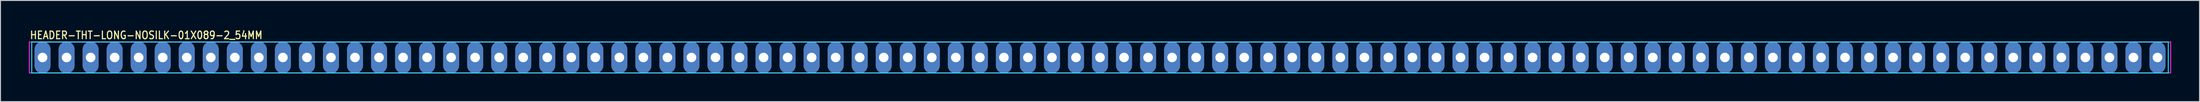
<source format=kicad_pcb>
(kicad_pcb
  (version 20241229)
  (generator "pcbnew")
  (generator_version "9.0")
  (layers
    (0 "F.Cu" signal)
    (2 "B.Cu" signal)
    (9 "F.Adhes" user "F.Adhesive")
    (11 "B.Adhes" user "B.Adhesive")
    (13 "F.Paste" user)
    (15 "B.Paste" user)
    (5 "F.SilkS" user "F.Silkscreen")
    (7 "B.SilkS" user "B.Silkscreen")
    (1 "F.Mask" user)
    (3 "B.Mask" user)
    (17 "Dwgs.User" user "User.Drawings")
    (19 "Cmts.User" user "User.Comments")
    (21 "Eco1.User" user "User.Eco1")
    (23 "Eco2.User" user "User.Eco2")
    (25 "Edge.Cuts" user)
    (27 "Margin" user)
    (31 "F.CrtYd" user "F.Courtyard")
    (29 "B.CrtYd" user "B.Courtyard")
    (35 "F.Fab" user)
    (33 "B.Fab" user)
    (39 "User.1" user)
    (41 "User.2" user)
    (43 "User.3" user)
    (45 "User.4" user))
  (footprint "HEADER-THT-LONG-NOSILK-01X089-2_54MM"
    (layer "F.Cu")
    (at 1.447 3.079)
    (property "Reference" "HEADER-THT-LONG-NOSILK-01X089-2_54MM" (at -1.4 -1.9 0) (unlocked yes) (layer "F.SilkS") (effects (font (size 0.813 0.695) (thickness 0.122)) (justify left bottom)))
    (fp_poly (pts (xy -1.143 -1.651) (xy 224.663 -1.651) (xy 224.663 1.651) (xy -1.143 1.651)) (stroke (width 0.1) (type solid)) (fill no) (layer "B.CrtYd"))
    (fp_poly (pts (xy -1.397 -1.651) (xy 224.917 -1.651) (xy 224.917 1.651) (xy -1.397 1.651)) (stroke (width 0.1) (type solid)) (fill no) (layer "F.CrtYd"))
    (pad "1" thru_hole oval (at 0 0 90) (size 3.387 1.693) (drill 1.016) (layers "*.Cu" "*.Mask"))
    (pad "2" thru_hole oval (at 2.54 0 90) (size 3.387 1.693) (drill 1.016) (layers "*.Cu" "*.Mask"))
    (pad "3" thru_hole oval (at 5.08 0 90) (size 3.387 1.693) (drill 1.016) (layers "*.Cu" "*.Mask"))
    (pad "4" thru_hole oval (at 7.62 0 90) (size 3.387 1.693) (drill 1.016) (layers "*.Cu" "*.Mask"))
    (pad "5" thru_hole oval (at 10.16 0 90) (size 3.387 1.693) (drill 1.016) (layers "*.Cu" "*.Mask"))
    (pad "6" thru_hole oval (at 12.7 0 90) (size 3.387 1.693) (drill 1.016) (layers "*.Cu" "*.Mask"))
    (pad "7" thru_hole oval (at 15.24 0 90) (size 3.387 1.693) (drill 1.016) (layers "*.Cu" "*.Mask"))
    (pad "8" thru_hole oval (at 17.78 0 90) (size 3.387 1.693) (drill 1.016) (layers "*.Cu" "*.Mask"))
    (pad "9" thru_hole oval (at 20.32 0 90) (size 3.387 1.693) (drill 1.016) (layers "*.Cu" "*.Mask"))
    (pad "10" thru_hole oval (at 22.86 0 90) (size 3.387 1.693) (drill 1.016) (layers "*.Cu" "*.Mask"))
    (pad "11" thru_hole oval (at 25.4 0 90) (size 3.387 1.693) (drill 1.016) (layers "*.Cu" "*.Mask"))
    (pad "12" thru_hole oval (at 27.94 0 90) (size 3.387 1.693) (drill 1.016) (layers "*.Cu" "*.Mask"))
    (pad "13" thru_hole oval (at 30.48 0 90) (size 3.387 1.693) (drill 1.016) (layers "*.Cu" "*.Mask"))
    (pad "14" thru_hole oval (at 33.02 0 90) (size 3.387 1.693) (drill 1.016) (layers "*.Cu" "*.Mask"))
    (pad "15" thru_hole oval (at 35.56 0 90) (size 3.387 1.693) (drill 1.016) (layers "*.Cu" "*.Mask"))
    (pad "16" thru_hole oval (at 38.1 0 90) (size 3.387 1.693) (drill 1.016) (layers "*.Cu" "*.Mask"))
    (pad "17" thru_hole oval (at 40.64 0 90) (size 3.387 1.693) (drill 1.016) (layers "*.Cu" "*.Mask"))
    (pad "18" thru_hole oval (at 43.18 0 90) (size 3.387 1.693) (drill 1.016) (layers "*.Cu" "*.Mask"))
    (pad "19" thru_hole oval (at 45.72 0 90) (size 3.387 1.693) (drill 1.016) (layers "*.Cu" "*.Mask"))
    (pad "20" thru_hole oval (at 48.26 0 90) (size 3.387 1.693) (drill 1.016) (layers "*.Cu" "*.Mask"))
    (pad "21" thru_hole oval (at 50.8 0 90) (size 3.387 1.693) (drill 1.016) (layers "*.Cu" "*.Mask"))
    (pad "22" thru_hole oval (at 53.34 0 90) (size 3.387 1.693) (drill 1.016) (layers "*.Cu" "*.Mask"))
    (pad "23" thru_hole oval (at 55.88 0 90) (size 3.387 1.693) (drill 1.016) (layers "*.Cu" "*.Mask"))
    (pad "24" thru_hole oval (at 58.42 0 90) (size 3.387 1.693) (drill 1.016) (layers "*.Cu" "*.Mask"))
    (pad "25" thru_hole oval (at 60.96 0 90) (size 3.387 1.693) (drill 1.016) (layers "*.Cu" "*.Mask"))
    (pad "26" thru_hole oval (at 63.5 0 90) (size 3.387 1.693) (drill 1.016) (layers "*.Cu" "*.Mask"))
    (pad "27" thru_hole oval (at 66.04 0 90) (size 3.387 1.693) (drill 1.016) (layers "*.Cu" "*.Mask"))
    (pad "28" thru_hole oval (at 68.58 0 90) (size 3.387 1.693) (drill 1.016) (layers "*.Cu" "*.Mask"))
    (pad "29" thru_hole oval (at 71.12 0 90) (size 3.387 1.693) (drill 1.016) (layers "*.Cu" "*.Mask"))
    (pad "30" thru_hole oval (at 73.66 0 90) (size 3.387 1.693) (drill 1.016) (layers "*.Cu" "*.Mask"))
    (pad "31" thru_hole oval (at 76.2 0 90) (size 3.387 1.693) (drill 1.016) (layers "*.Cu" "*.Mask"))
    (pad "32" thru_hole oval (at 78.74 0 90) (size 3.387 1.693) (drill 1.016) (layers "*.Cu" "*.Mask"))
    (pad "33" thru_hole oval (at 81.28 0 90) (size 3.387 1.693) (drill 1.016) (layers "*.Cu" "*.Mask"))
    (pad "34" thru_hole oval (at 83.82 0 90) (size 3.387 1.693) (drill 1.016) (layers "*.Cu" "*.Mask"))
    (pad "35" thru_hole oval (at 86.36 0 90) (size 3.387 1.693) (drill 1.016) (layers "*.Cu" "*.Mask"))
    (pad "36" thru_hole oval (at 88.9 0 90) (size 3.387 1.693) (drill 1.016) (layers "*.Cu" "*.Mask"))
    (pad "37" thru_hole oval (at 91.44 0 90) (size 3.387 1.693) (drill 1.016) (layers "*.Cu" "*.Mask"))
    (pad "38" thru_hole oval (at 93.98 0 90) (size 3.387 1.693) (drill 1.016) (layers "*.Cu" "*.Mask"))
    (pad "39" thru_hole oval (at 96.52 0 90) (size 3.387 1.693) (drill 1.016) (layers "*.Cu" "*.Mask"))
    (pad "40" thru_hole oval (at 99.06 0 90) (size 3.387 1.693) (drill 1.016) (layers "*.Cu" "*.Mask"))
    (pad "41" thru_hole oval (at 101.6 0 90) (size 3.387 1.693) (drill 1.016) (layers "*.Cu" "*.Mask"))
    (pad "42" thru_hole oval (at 104.14 0 90) (size 3.387 1.693) (drill 1.016) (layers "*.Cu" "*.Mask"))
    (pad "43" thru_hole oval (at 106.68 0 90) (size 3.387 1.693) (drill 1.016) (layers "*.Cu" "*.Mask"))
    (pad "44" thru_hole oval (at 109.22 0 90) (size 3.387 1.693) (drill 1.016) (layers "*.Cu" "*.Mask"))
    (pad "45" thru_hole oval (at 111.76 0 90) (size 3.387 1.693) (drill 1.016) (layers "*.Cu" "*.Mask"))
    (pad "46" thru_hole oval (at 114.3 0 90) (size 3.387 1.693) (drill 1.016) (layers "*.Cu" "*.Mask"))
    (pad "47" thru_hole oval (at 116.84 0 90) (size 3.387 1.693) (drill 1.016) (layers "*.Cu" "*.Mask"))
    (pad "48" thru_hole oval (at 119.38 0 90) (size 3.387 1.693) (drill 1.016) (layers "*.Cu" "*.Mask"))
    (pad "49" thru_hole oval (at 121.92 0 90) (size 3.387 1.693) (drill 1.016) (layers "*.Cu" "*.Mask"))
    (pad "50" thru_hole oval (at 124.46 0 90) (size 3.387 1.693) (drill 1.016) (layers "*.Cu" "*.Mask"))
    (pad "51" thru_hole oval (at 127 0 90) (size 3.387 1.693) (drill 1.016) (layers "*.Cu" "*.Mask"))
    (pad "52" thru_hole oval (at 129.54 0 90) (size 3.387 1.693) (drill 1.016) (layers "*.Cu" "*.Mask"))
    (pad "53" thru_hole oval (at 132.08 0 90) (size 3.387 1.693) (drill 1.016) (layers "*.Cu" "*.Mask"))
    (pad "54" thru_hole oval (at 134.62 0 90) (size 3.387 1.693) (drill 1.016) (layers "*.Cu" "*.Mask"))
    (pad "55" thru_hole oval (at 137.16 0 90) (size 3.387 1.693) (drill 1.016) (layers "*.Cu" "*.Mask"))
    (pad "56" thru_hole oval (at 139.7 0 90) (size 3.387 1.693) (drill 1.016) (layers "*.Cu" "*.Mask"))
    (pad "57" thru_hole oval (at 142.24 0 90) (size 3.387 1.693) (drill 1.016) (layers "*.Cu" "*.Mask"))
    (pad "58" thru_hole oval (at 144.78 0 90) (size 3.387 1.693) (drill 1.016) (layers "*.Cu" "*.Mask"))
    (pad "59" thru_hole oval (at 147.32 0 90) (size 3.387 1.693) (drill 1.016) (layers "*.Cu" "*.Mask"))
    (pad "60" thru_hole oval (at 149.86 0 90) (size 3.387 1.693) (drill 1.016) (layers "*.Cu" "*.Mask"))
    (pad "61" thru_hole oval (at 152.4 0 90) (size 3.387 1.693) (drill 1.016) (layers "*.Cu" "*.Mask"))
    (pad "62" thru_hole oval (at 154.94 0 90) (size 3.387 1.693) (drill 1.016) (layers "*.Cu" "*.Mask"))
    (pad "63" thru_hole oval (at 157.48 0 90) (size 3.387 1.693) (drill 1.016) (layers "*.Cu" "*.Mask"))
    (pad "64" thru_hole oval (at 160.02 0 90) (size 3.387 1.693) (drill 1.016) (layers "*.Cu" "*.Mask"))
    (pad "65" thru_hole oval (at 162.56 0 90) (size 3.387 1.693) (drill 1.016) (layers "*.Cu" "*.Mask"))
    (pad "66" thru_hole oval (at 165.1 0 90) (size 3.387 1.693) (drill 1.016) (layers "*.Cu" "*.Mask"))
    (pad "67" thru_hole oval (at 167.64 0 90) (size 3.387 1.693) (drill 1.016) (layers "*.Cu" "*.Mask"))
    (pad "68" thru_hole oval (at 170.18 0 90) (size 3.387 1.693) (drill 1.016) (layers "*.Cu" "*.Mask"))
    (pad "69" thru_hole oval (at 172.72 0 90) (size 3.387 1.693) (drill 1.016) (layers "*.Cu" "*.Mask"))
    (pad "70" thru_hole oval (at 175.26 0 90) (size 3.387 1.693) (drill 1.016) (layers "*.Cu" "*.Mask"))
    (pad "71" thru_hole oval (at 177.8 0 90) (size 3.387 1.693) (drill 1.016) (layers "*.Cu" "*.Mask"))
    (pad "72" thru_hole oval (at 180.34 0 90) (size 3.387 1.693) (drill 1.016) (layers "*.Cu" "*.Mask"))
    (pad "73" thru_hole oval (at 182.88 0 90) (size 3.387 1.693) (drill 1.016) (layers "*.Cu" "*.Mask"))
    (pad "74" thru_hole oval (at 185.42 0 90) (size 3.387 1.693) (drill 1.016) (layers "*.Cu" "*.Mask"))
    (pad "75" thru_hole oval (at 187.96 0 90) (size 3.387 1.693) (drill 1.016) (layers "*.Cu" "*.Mask"))
    (pad "76" thru_hole oval (at 190.5 0 90) (size 3.387 1.693) (drill 1.016) (layers "*.Cu" "*.Mask"))
    (pad "77" thru_hole oval (at 193.04 0 90) (size 3.387 1.693) (drill 1.016) (layers "*.Cu" "*.Mask"))
    (pad "78" thru_hole oval (at 195.58 0 90) (size 3.387 1.693) (drill 1.016) (layers "*.Cu" "*.Mask"))
    (pad "79" thru_hole oval (at 198.12 0 90) (size 3.387 1.693) (drill 1.016) (layers "*.Cu" "*.Mask"))
    (pad "80" thru_hole oval (at 200.66 0 90) (size 3.387 1.693) (drill 1.016) (layers "*.Cu" "*.Mask"))
    (pad "81" thru_hole oval (at 203.2 0 90) (size 3.387 1.693) (drill 1.016) (layers "*.Cu" "*.Mask"))
    (pad "82" thru_hole oval (at 205.74 0 90) (size 3.387 1.693) (drill 1.016) (layers "*.Cu" "*.Mask"))
    (pad "83" thru_hole oval (at 208.28 0 90) (size 3.387 1.693) (drill 1.016) (layers "*.Cu" "*.Mask"))
    (pad "84" thru_hole oval (at 210.82 0 90) (size 3.387 1.693) (drill 1.016) (layers "*.Cu" "*.Mask"))
    (pad "85" thru_hole oval (at 213.36 0 90) (size 3.387 1.693) (drill 1.016) (layers "*.Cu" "*.Mask"))
    (pad "86" thru_hole oval (at 215.9 0 90) (size 3.387 1.693) (drill 1.016) (layers "*.Cu" "*.Mask"))
    (pad "87" thru_hole oval (at 218.44 0 90) (size 3.387 1.693) (drill 1.016) (layers "*.Cu" "*.Mask"))
    (pad "88" thru_hole oval (at 220.98 0 90) (size 3.387 1.693) (drill 1.016) (layers "*.Cu" "*.Mask"))
    (pad "89" thru_hole oval (at 223.52 0 90) (size 3.387 1.693) (drill 1.016) (layers "*.Cu" "*.Mask")))
  (gr_rect
    (start -3 -3)
    (end 229.414 7.78)
    (stroke (width 0.1) (type default))
    (fill no)
    (layer "Edge.Cuts")))
</source>
